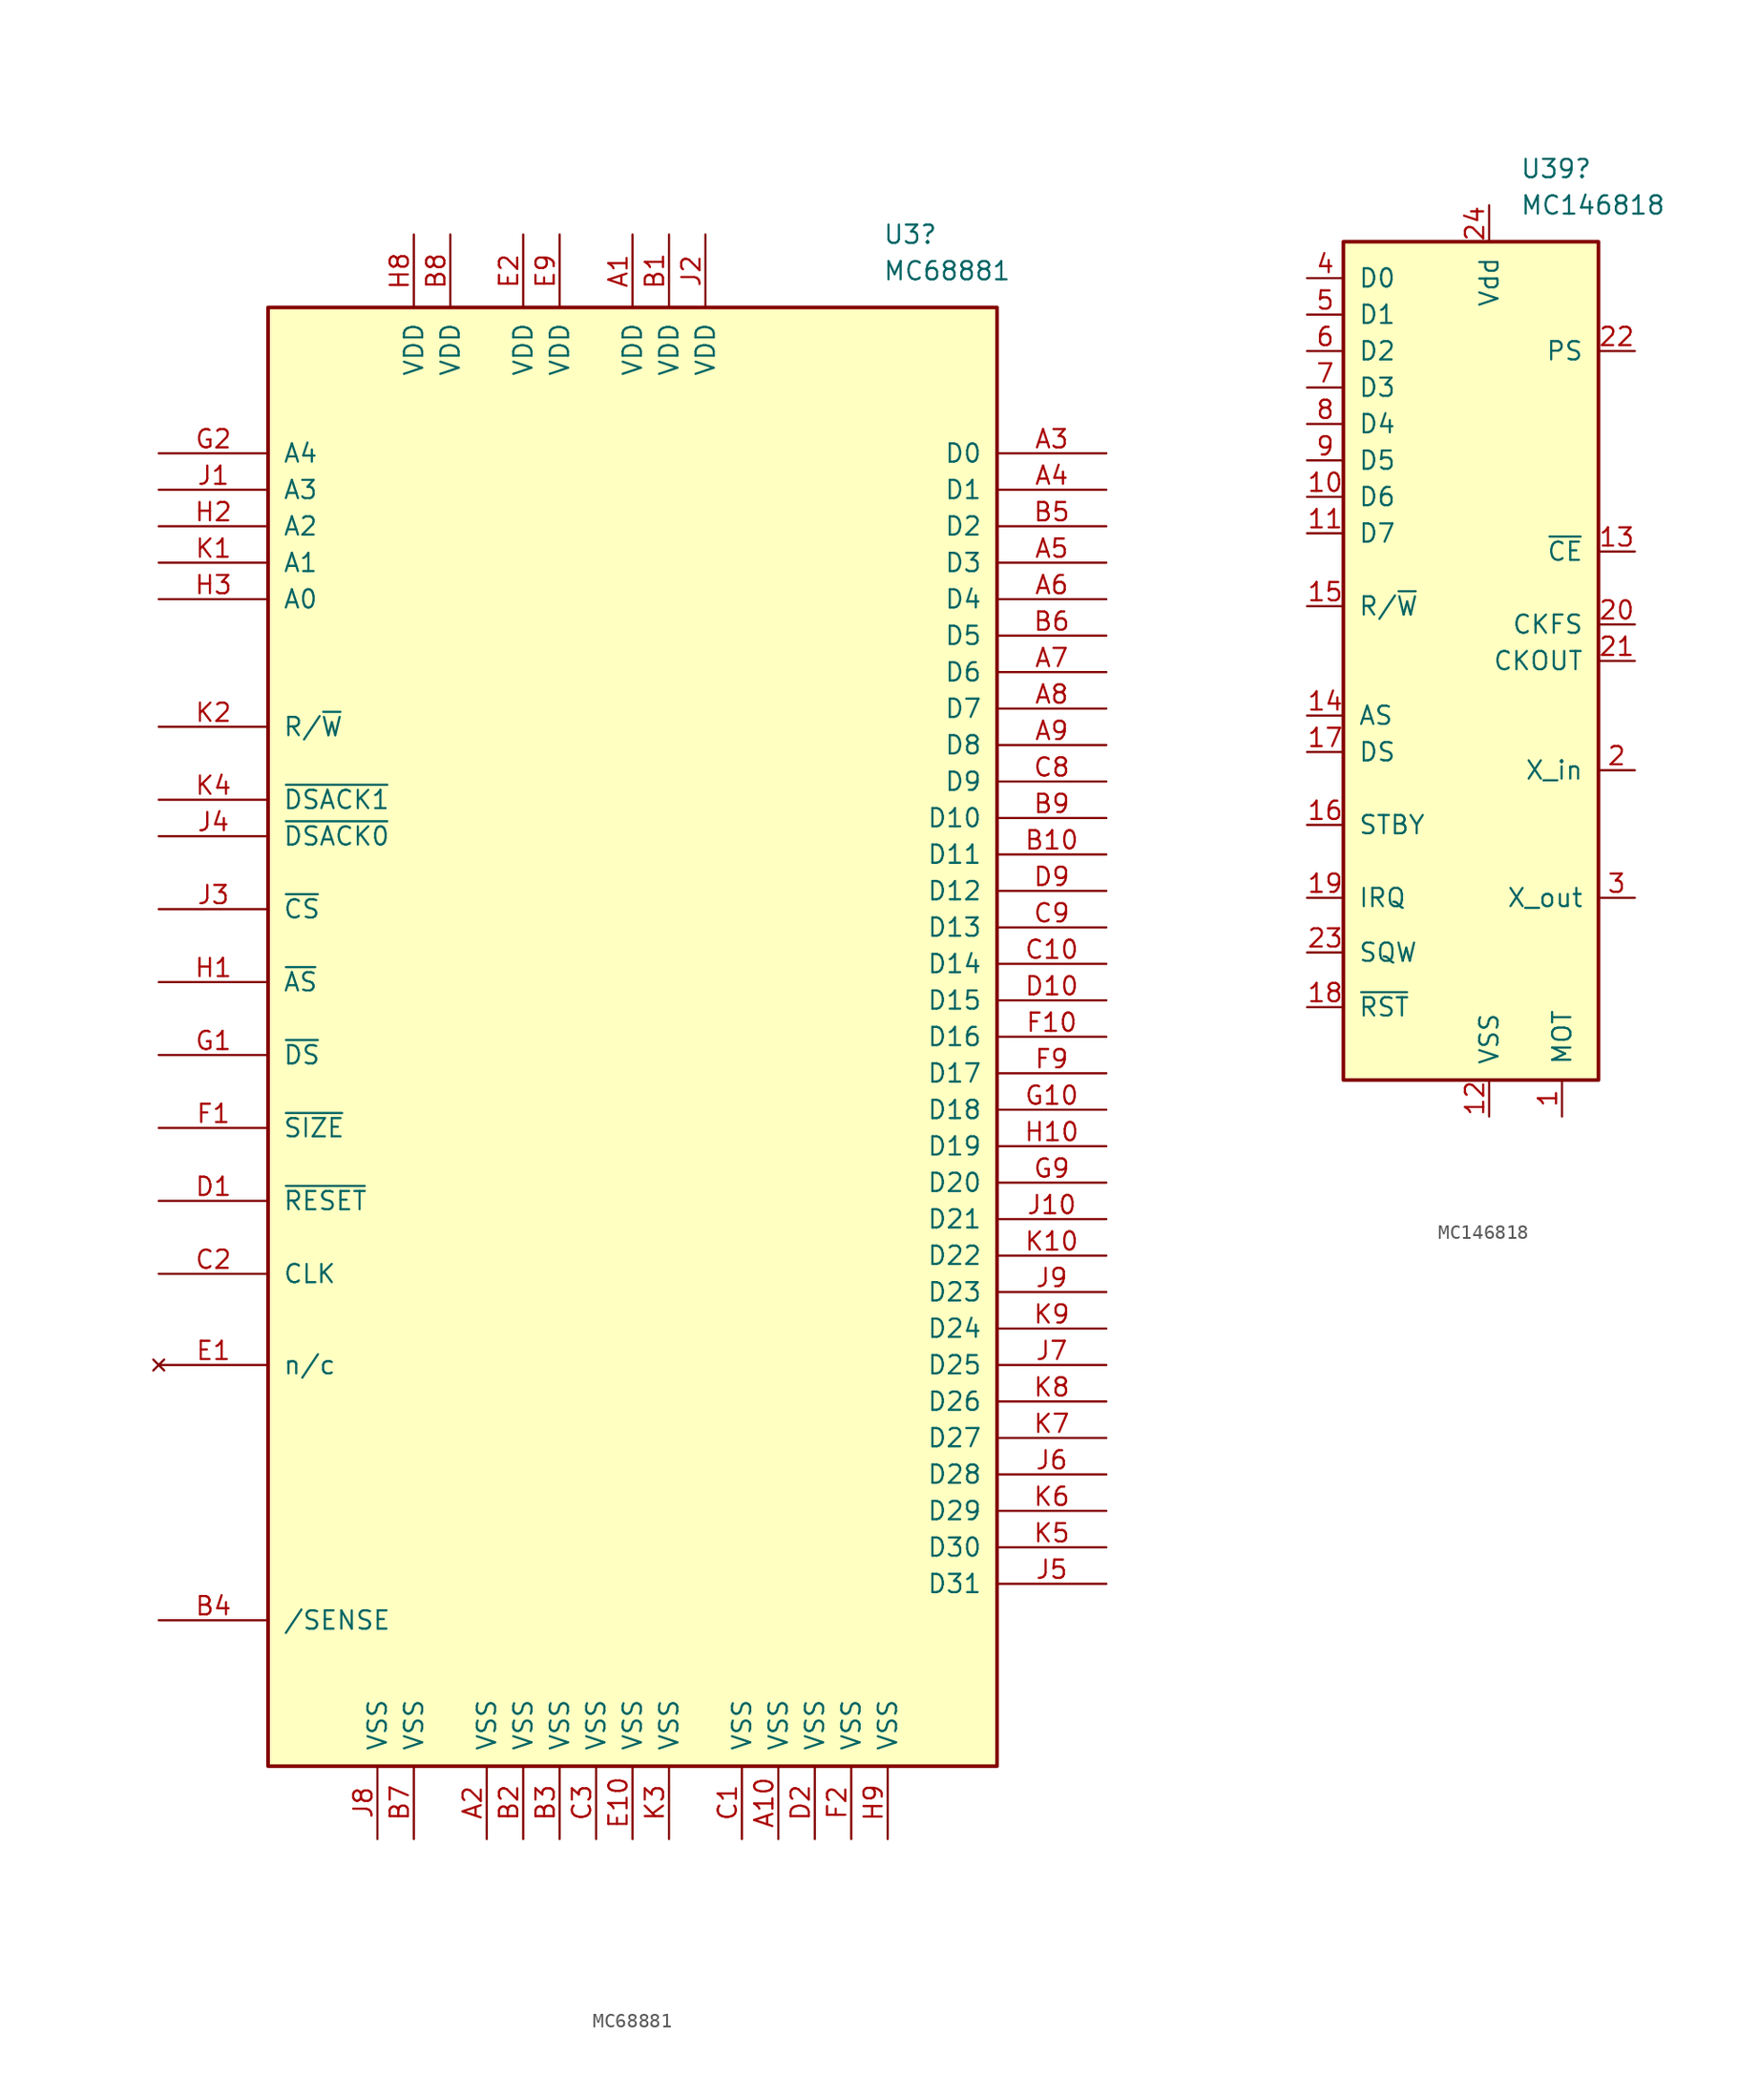
<source format=kicad_sym>
(kicad_symbol_lib
  (version 20241209)
  (generator "kicad_symbol_editor")
  (generator_version "9.0")
  (symbol "MC68881"
    (pin_names
      (offset 1.016))
    (property "Reference" "U3"
      (at 17.434 88.9 0)
      (effects (font (size 1.27 1.27)) (justify left)))
    (property "Value" "MC68881"
      (at 17.434 86.36 0)
      (effects (font (size 1.27 1.27)) (justify left)))
    (symbol "MC68881_0_1"
      (rectangle (start -25.4 83.82) (end 25.4 -17.78) (stroke (width 0.254) (type default)) (fill (type background))))
    (symbol "MC68881_1_0"
      (pin power_in line (at -17.78 -22.86 90) (length 5.08) (name "VSS" (effects (font (size 1.27 1.27)))) (number "J8" (effects (font (size 1.27 1.27))))))
    (symbol "MC68881_1_1"
      (pin input line (at -33.02 73.66 0) (length 7.62) (name "A4" (effects (font (size 1.27 1.27)))) (number "G2" (effects (font (size 1.27 1.27)))))
      (pin input line (at -33.02 71.12 0) (length 7.62) (name "A3" (effects (font (size 1.27 1.27)))) (number "J1" (effects (font (size 1.27 1.27)))))
      (pin input line (at -33.02 68.58 0) (length 7.62) (name "A2" (effects (font (size 1.27 1.27)))) (number "H2" (effects (font (size 1.27 1.27)))))
      (pin input line (at -33.02 66.04 0) (length 7.62) (name "A1" (effects (font (size 1.27 1.27)))) (number "K1" (effects (font (size 1.27 1.27)))))
      (pin input line (at -33.02 63.5 0) (length 7.62) (name "A0" (effects (font (size 1.27 1.27)))) (number "H3" (effects (font (size 1.27 1.27)))))
      (pin input line (at -33.02 54.61 0) (length 7.62) (name "R/~{W}" (effects (font (size 1.27 1.27)))) (number "K2" (effects (font (size 1.27 1.27)))))
      (pin input line (at -33.02 49.53 0) (length 7.62) (name "~{DSACK1}" (effects (font (size 1.27 1.27)))) (number "K4" (effects (font (size 1.27 1.27)))))
      (pin input line (at -33.02 46.99 0) (length 7.62) (name "~{DSACK0}" (effects (font (size 1.27 1.27)))) (number "J4" (effects (font (size 1.27 1.27)))))
      (pin input line (at -33.02 41.91 0) (length 7.62) (name "~{CS}" (effects (font (size 1.27 1.27)))) (number "J3" (effects (font (size 1.27 1.27)))))
      (pin input line (at -33.02 36.83 0) (length 7.62) (name "~{AS}" (effects (font (size 1.27 1.27)))) (number "H1" (effects (font (size 1.27 1.27)))))
      (pin input line (at -33.02 31.75 0) (length 7.62) (name "~{DS}" (effects (font (size 1.27 1.27)))) (number "G1" (effects (font (size 1.27 1.27)))))
      (pin input line (at -33.02 26.67 0) (length 7.62) (name "~{SIZE}" (effects (font (size 1.27 1.27)))) (number "F1" (effects (font (size 1.27 1.27)))))
      (pin input line (at -33.02 21.59 0) (length 7.62) (name "~{RESET}" (effects (font (size 1.27 1.27)))) (number "D1" (effects (font (size 1.27 1.27)))))
      (pin input line (at -33.02 16.51 0) (length 7.62) (name "CLK" (effects (font (size 1.27 1.27)))) (number "C2" (effects (font (size 1.27 1.27)))))
      (pin no_connect line (at -33.02 10.16 0) (length 7.62) (name "n/c" (effects (font (size 1.27 1.27)))) (number "E1" (effects (font (size 1.27 1.27)))))
      (pin input line (at -33.02 -7.62 0) (length 7.62) (name "/SENSE" (effects (font (size 1.27 1.27)))) (number "B4" (effects (font (size 1.27 1.27)))))
      (pin power_in line (at -15.24 88.9 270) (length 5.08) (name "VDD" (effects (font (size 1.27 1.27)))) (number "H8" (effects (font (size 1.27 1.27)))))
      (pin power_in line (at -15.24 -22.86 90) (length 5.08) (name "VSS" (effects (font (size 1.27 1.27)))) (number "B7" (effects (font (size 1.27 1.27)))))
      (pin power_in line (at -12.7 88.9 270) (length 5.08) (name "VDD" (effects (font (size 1.27 1.27)))) (number "B8" (effects (font (size 1.27 1.27)))))
      (pin power_in line (at -10.16 -22.86 90) (length 5.08) (name "VSS" (effects (font (size 1.27 1.27)))) (number "A2" (effects (font (size 1.27 1.27)))))
      (pin power_in line (at -7.62 88.9 270) (length 5.08) (name "VDD" (effects (font (size 1.27 1.27)))) (number "E2" (effects (font (size 1.27 1.27)))))
      (pin power_in line (at -7.62 -22.86 90) (length 5.08) (name "VSS" (effects (font (size 1.27 1.27)))) (number "B2" (effects (font (size 1.27 1.27)))))
      (pin power_in line (at -5.08 88.9 270) (length 5.08) (name "VDD" (effects (font (size 1.27 1.27)))) (number "E9" (effects (font (size 1.27 1.27)))))
      (pin power_in line (at -5.08 -22.86 90) (length 5.08) (name "VSS" (effects (font (size 1.27 1.27)))) (number "B3" (effects (font (size 1.27 1.27)))))
      (pin power_in line (at -2.54 -22.86 90) (length 5.08) (name "VSS" (effects (font (size 1.27 1.27)))) (number "C3" (effects (font (size 1.27 1.27)))))
      (pin power_in line (at 0 88.9 270) (length 5.08) (name "VDD" (effects (font (size 1.27 1.27)))) (number "A1" (effects (font (size 1.27 1.27)))))
      (pin power_in line (at 0 -22.86 90) (length 5.08) (name "VSS" (effects (font (size 1.27 1.27)))) (number "E10" (effects (font (size 1.27 1.27)))))
      (pin power_in line (at 2.54 88.9 270) (length 5.08) (name "VDD" (effects (font (size 1.27 1.27)))) (number "B1" (effects (font (size 1.27 1.27)))))
      (pin power_in line (at 2.54 -22.86 90) (length 5.08) (name "VSS" (effects (font (size 1.27 1.27)))) (number "K3" (effects (font (size 1.27 1.27)))))
      (pin power_in line (at 5.08 88.9 270) (length 5.08) (name "VDD" (effects (font (size 1.27 1.27)))) (number "J2" (effects (font (size 1.27 1.27)))))
      (pin power_in line (at 7.62 -22.86 90) (length 5.08) (name "VSS" (effects (font (size 1.27 1.27)))) (number "C1" (effects (font (size 1.27 1.27)))))
      (pin power_in line (at 10.16 -22.86 90) (length 5.08) (name "VSS" (effects (font (size 1.27 1.27)))) (number "A10" (effects (font (size 1.27 1.27)))))
      (pin power_in line (at 12.7 -22.86 90) (length 5.08) (name "VSS" (effects (font (size 1.27 1.27)))) (number "D2" (effects (font (size 1.27 1.27)))))
      (pin power_in line (at 15.24 -22.86 90) (length 5.08) (name "VSS" (effects (font (size 1.27 1.27)))) (number "F2" (effects (font (size 1.27 1.27)))))
      (pin power_in line (at 17.78 -22.86 90) (length 5.08) (name "VSS" (effects (font (size 1.27 1.27)))) (number "H9" (effects (font (size 1.27 1.27)))))
      (pin bidirectional line (at 33.02 73.66 180) (length 7.62) (name "D0" (effects (font (size 1.27 1.27)))) (number "A3" (effects (font (size 1.27 1.27)))))
      (pin bidirectional line (at 33.02 71.12 180) (length 7.62) (name "D1" (effects (font (size 1.27 1.27)))) (number "A4" (effects (font (size 1.27 1.27)))))
      (pin bidirectional line (at 33.02 68.58 180) (length 7.62) (name "D2" (effects (font (size 1.27 1.27)))) (number "B5" (effects (font (size 1.27 1.27)))))
      (pin bidirectional line (at 33.02 66.04 180) (length 7.62) (name "D3" (effects (font (size 1.27 1.27)))) (number "A5" (effects (font (size 1.27 1.27)))))
      (pin bidirectional line (at 33.02 63.5 180) (length 7.62) (name "D4" (effects (font (size 1.27 1.27)))) (number "A6" (effects (font (size 1.27 1.27)))))
      (pin bidirectional line (at 33.02 60.96 180) (length 7.62) (name "D5" (effects (font (size 1.27 1.27)))) (number "B6" (effects (font (size 1.27 1.27)))))
      (pin bidirectional line (at 33.02 58.42 180) (length 7.62) (name "D6" (effects (font (size 1.27 1.27)))) (number "A7" (effects (font (size 1.27 1.27)))))
      (pin bidirectional line (at 33.02 55.88 180) (length 7.62) (name "D7" (effects (font (size 1.27 1.27)))) (number "A8" (effects (font (size 1.27 1.27)))))
      (pin bidirectional line (at 33.02 53.34 180) (length 7.62) (name "D8" (effects (font (size 1.27 1.27)))) (number "A9" (effects (font (size 1.27 1.27)))))
      (pin bidirectional line (at 33.02 50.8 180) (length 7.62) (name "D9" (effects (font (size 1.27 1.27)))) (number "C8" (effects (font (size 1.27 1.27)))))
      (pin bidirectional line (at 33.02 48.26 180) (length 7.62) (name "D10" (effects (font (size 1.27 1.27)))) (number "B9" (effects (font (size 1.27 1.27)))))
      (pin bidirectional line (at 33.02 45.72 180) (length 7.62) (name "D11" (effects (font (size 1.27 1.27)))) (number "B10" (effects (font (size 1.27 1.27)))))
      (pin bidirectional line (at 33.02 43.18 180) (length 7.62) (name "D12" (effects (font (size 1.27 1.27)))) (number "D9" (effects (font (size 1.27 1.27)))))
      (pin bidirectional line (at 33.02 40.64 180) (length 7.62) (name "D13" (effects (font (size 1.27 1.27)))) (number "C9" (effects (font (size 1.27 1.27)))))
      (pin bidirectional line (at 33.02 38.1 180) (length 7.62) (name "D14" (effects (font (size 1.27 1.27)))) (number "C10" (effects (font (size 1.27 1.27)))))
      (pin bidirectional line (at 33.02 35.56 180) (length 7.62) (name "D15" (effects (font (size 1.27 1.27)))) (number "D10" (effects (font (size 1.27 1.27)))))
      (pin bidirectional line (at 33.02 33.02 180) (length 7.62) (name "D16" (effects (font (size 1.27 1.27)))) (number "F10" (effects (font (size 1.27 1.27)))))
      (pin bidirectional line (at 33.02 30.48 180) (length 7.62) (name "D17" (effects (font (size 1.27 1.27)))) (number "F9" (effects (font (size 1.27 1.27)))))
      (pin bidirectional line (at 33.02 27.94 180) (length 7.62) (name "D18" (effects (font (size 1.27 1.27)))) (number "G10" (effects (font (size 1.27 1.27)))))
      (pin bidirectional line (at 33.02 25.4 180) (length 7.62) (name "D19" (effects (font (size 1.27 1.27)))) (number "H10" (effects (font (size 1.27 1.27)))))
      (pin bidirectional line (at 33.02 22.86 180) (length 7.62) (name "D20" (effects (font (size 1.27 1.27)))) (number "G9" (effects (font (size 1.27 1.27)))))
      (pin bidirectional line (at 33.02 20.32 180) (length 7.62) (name "D21" (effects (font (size 1.27 1.27)))) (number "J10" (effects (font (size 1.27 1.27)))))
      (pin bidirectional line (at 33.02 17.78 180) (length 7.62) (name "D22" (effects (font (size 1.27 1.27)))) (number "K10" (effects (font (size 1.27 1.27)))))
      (pin bidirectional line (at 33.02 15.24 180) (length 7.62) (name "D23" (effects (font (size 1.27 1.27)))) (number "J9" (effects (font (size 1.27 1.27)))))
      (pin bidirectional line (at 33.02 12.7 180) (length 7.62) (name "D24" (effects (font (size 1.27 1.27)))) (number "K9" (effects (font (size 1.27 1.27)))))
      (pin bidirectional line (at 33.02 10.16 180) (length 7.62) (name "D25" (effects (font (size 1.27 1.27)))) (number "J7" (effects (font (size 1.27 1.27)))))
      (pin bidirectional line (at 33.02 7.62 180) (length 7.62) (name "D26" (effects (font (size 1.27 1.27)))) (number "K8" (effects (font (size 1.27 1.27)))))
      (pin bidirectional line (at 33.02 5.08 180) (length 7.62) (name "D27" (effects (font (size 1.27 1.27)))) (number "K7" (effects (font (size 1.27 1.27)))))
      (pin bidirectional line (at 33.02 2.54 180) (length 7.62) (name "D28" (effects (font (size 1.27 1.27)))) (number "J6" (effects (font (size 1.27 1.27)))))
      (pin bidirectional line (at 33.02 0 180) (length 7.62) (name "D29" (effects (font (size 1.27 1.27)))) (number "K6" (effects (font (size 1.27 1.27)))))
      (pin bidirectional line (at 33.02 -2.54 180) (length 7.62) (name "D30" (effects (font (size 1.27 1.27)))) (number "K5" (effects (font (size 1.27 1.27)))))
      (pin bidirectional line (at 33.02 -5.08 180) (length 7.62) (name "D31" (effects (font (size 1.27 1.27)))) (number "J5" (effects (font (size 1.27 1.27)))))))
  (symbol "MC146818"
    (pin_names
      (offset 1.016))
    (property "Reference" "U39"
      (at 2.143 35.56 0)
      (effects (font (size 1.27 1.27)) (justify left)))
    (property "Value" "MC146818"
      (at 2.143 33.02 0)
      (effects (font (size 1.27 1.27)) (justify left)))
    (symbol "MC146818_1_1"
      (rectangle (start -10.16 30.48) (end 7.62 -27.94) (stroke (width 0.254) (type default)) (fill (type background)))
      (pin bidirectional line (at -12.7 27.94 0) (length 2.54) (name "D0" (effects (font (size 1.27 1.27)))) (number "4" (effects (font (size 1.27 1.27)))))
      (pin bidirectional line (at -12.7 25.4 0) (length 2.54) (name "D1" (effects (font (size 1.27 1.27)))) (number "5" (effects (font (size 1.27 1.27)))))
      (pin bidirectional line (at -12.7 22.86 0) (length 2.54) (name "D2" (effects (font (size 1.27 1.27)))) (number "6" (effects (font (size 1.27 1.27)))))
      (pin bidirectional line (at -12.7 20.32 0) (length 2.54) (name "D3" (effects (font (size 1.27 1.27)))) (number "7" (effects (font (size 1.27 1.27)))))
      (pin bidirectional line (at -12.7 17.78 0) (length 2.54) (name "D4" (effects (font (size 1.27 1.27)))) (number "8" (effects (font (size 1.27 1.27)))))
      (pin bidirectional line (at -12.7 15.24 0) (length 2.54) (name "D5" (effects (font (size 1.27 1.27)))) (number "9" (effects (font (size 1.27 1.27)))))
      (pin bidirectional line (at -12.7 12.7 0) (length 2.54) (name "D6" (effects (font (size 1.27 1.27)))) (number "10" (effects (font (size 1.27 1.27)))))
      (pin bidirectional line (at -12.7 10.16 0) (length 2.54) (name "D7" (effects (font (size 1.27 1.27)))) (number "11" (effects (font (size 1.27 1.27)))))
      (pin input line (at -12.7 5.08 0) (length 2.54) (name "R/~{W}" (effects (font (size 1.27 1.27)))) (number "15" (effects (font (size 1.27 1.27)))))
      (pin input line (at -12.7 -2.54 0) (length 2.54) (name "AS" (effects (font (size 1.27 1.27)))) (number "14" (effects (font (size 1.27 1.27)))))
      (pin input line (at -12.7 -5.08 0) (length 2.54) (name "DS" (effects (font (size 1.27 1.27)))) (number "17" (effects (font (size 1.27 1.27)))))
      (pin input line (at -12.7 -10.16 0) (length 2.54) (name "STBY" (effects (font (size 1.27 1.27)))) (number "16" (effects (font (size 1.27 1.27)))))
      (pin output line (at -12.7 -15.24 0) (length 2.54) (name "IRQ" (effects (font (size 1.27 1.27)))) (number "19" (effects (font (size 1.27 1.27)))))
      (pin output line (at -12.7 -19.05 0) (length 2.54) (name "SQW" (effects (font (size 1.27 1.27)))) (number "23" (effects (font (size 1.27 1.27)))))
      (pin input line (at -12.7 -22.86 0) (length 2.54) (name "~{RST}" (effects (font (size 1.27 1.27)))) (number "18" (effects (font (size 1.27 1.27)))))
      (pin power_in line (at 0 33.02 270) (length 2.54) (name "Vdd" (effects (font (size 1.27 1.27)))) (number "24" (effects (font (size 1.27 1.27)))))
      (pin power_in line (at 0 -30.48 90) (length 2.54) (name "VSS" (effects (font (size 1.27 1.27)))) (number "12" (effects (font (size 1.27 1.27)))))
      (pin input line (at 5.08 -30.48 90) (length 2.54) (name "MOT" (effects (font (size 1.27 1.27)))) (number "1" (effects (font (size 1.27 1.27)))))
      (pin passive line (at 10.16 22.86 180) (length 2.54) (name "PS" (effects (font (size 1.27 1.27)))) (number "22" (effects (font (size 1.27 1.27)))))
      (pin input line (at 10.16 8.89 180) (length 2.54) (name "~{CE}" (effects (font (size 1.27 1.27)))) (number "13" (effects (font (size 1.27 1.27)))))
      (pin input line (at 10.16 3.81 180) (length 2.54) (name "CKFS" (effects (font (size 1.27 1.27)))) (number "20" (effects (font (size 1.27 1.27)))))
      (pin output line (at 10.16 1.27 180) (length 2.54) (name "CKOUT" (effects (font (size 1.27 1.27)))) (number "21" (effects (font (size 1.27 1.27)))))
      (pin passive line (at 10.16 -6.35 180) (length 2.54) (name "X_in" (effects (font (size 1.27 1.27)))) (number "2" (effects (font (size 1.27 1.27)))))
      (pin passive line (at 10.16 -15.24 180) (length 2.54) (name "X_out" (effects (font (size 1.27 1.27)))) (number "3" (effects (font (size 1.27 1.27))))))))
</source>
